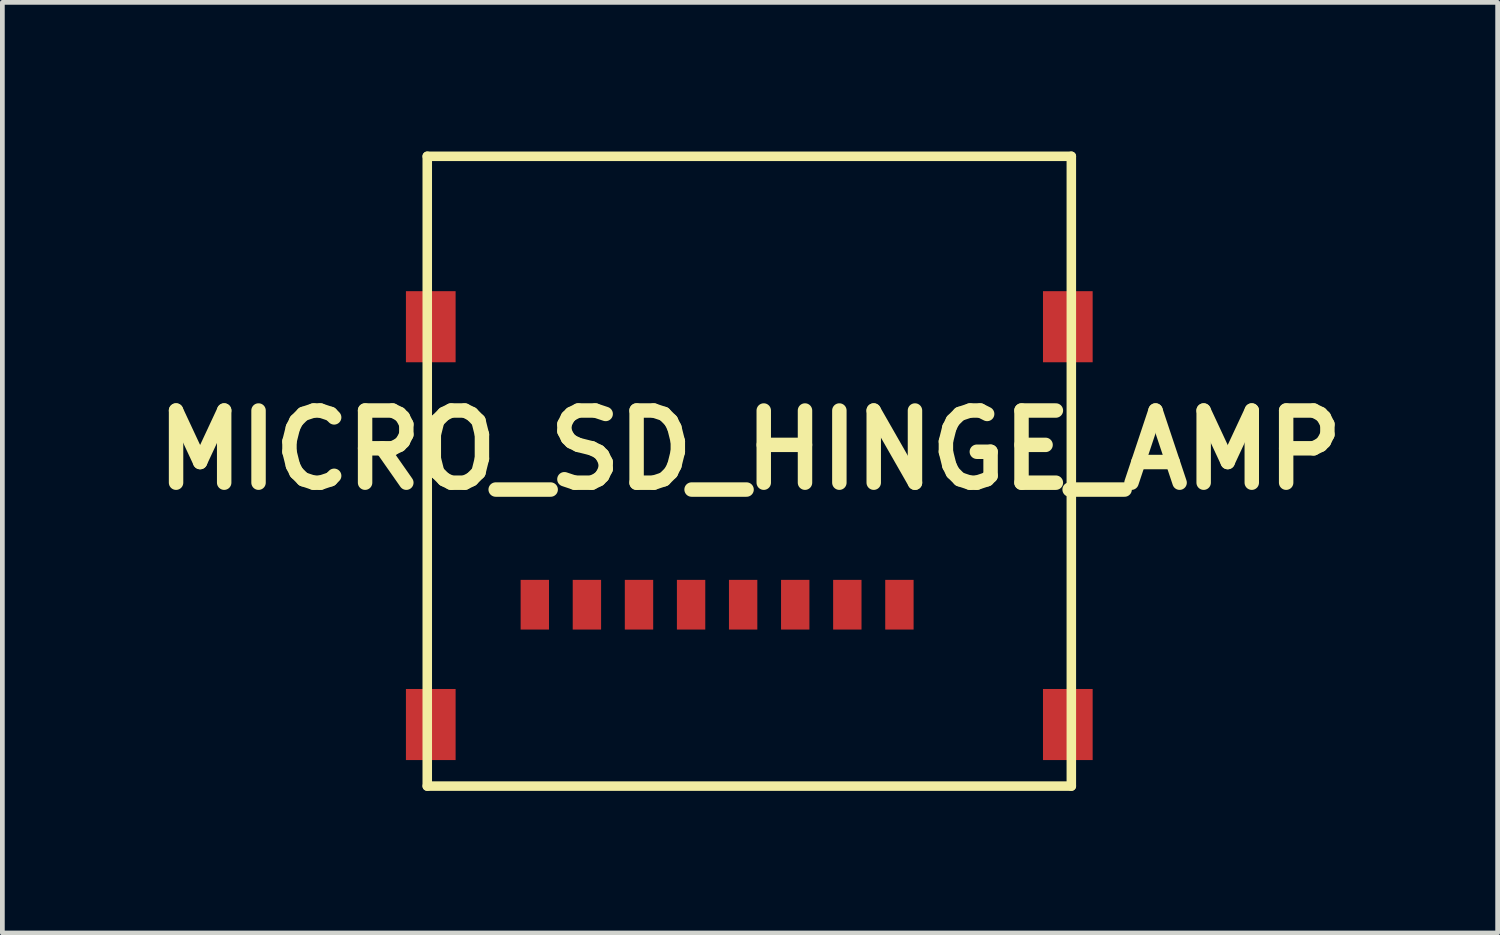
<source format=kicad_pcb>
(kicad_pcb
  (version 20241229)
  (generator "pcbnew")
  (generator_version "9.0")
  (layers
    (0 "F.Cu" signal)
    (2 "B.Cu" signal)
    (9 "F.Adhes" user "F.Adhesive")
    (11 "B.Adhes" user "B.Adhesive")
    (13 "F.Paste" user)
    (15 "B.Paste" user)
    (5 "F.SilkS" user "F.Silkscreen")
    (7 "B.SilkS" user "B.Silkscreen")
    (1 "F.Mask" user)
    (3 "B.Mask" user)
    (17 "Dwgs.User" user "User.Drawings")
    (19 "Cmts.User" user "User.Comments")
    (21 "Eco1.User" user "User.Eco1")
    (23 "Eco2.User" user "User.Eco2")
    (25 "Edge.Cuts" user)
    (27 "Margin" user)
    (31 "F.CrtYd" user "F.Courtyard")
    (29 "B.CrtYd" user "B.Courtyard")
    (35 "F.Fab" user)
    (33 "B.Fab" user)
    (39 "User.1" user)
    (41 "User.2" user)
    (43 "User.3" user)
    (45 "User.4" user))
  (footprint "MICRO_SD_HINGE_AMP"
    (layer "F.Cu")
    (at 12.772 0.25)
    (property "Reference" "MICRO_SD_HINGE_AMP" (at 0.015 6.203 0) (layer "F.SilkS") (effects (font (size 1.524 1.524) (thickness 0.305))))
    (attr smd)
    (fp_line (start -6.8 0) (end 6.8 0) (stroke (width 0.201) (type solid)) (layer "F.SilkS"))
    (fp_line (start -6.8 13.299) (end -6.8 0) (stroke (width 0.201) (type solid)) (layer "F.SilkS"))
    (fp_line (start 6.8 0) (end 6.8 13.299) (stroke (width 0.201) (type solid)) (layer "F.SilkS"))
    (fp_line (start 6.8 13.299) (end -6.8 13.299) (stroke (width 0.201) (type solid)) (layer "F.SilkS"))
    (pad "1" smd rect (at 3.17 9.469) (size 0.599 1.049) (layers "F.Cu" "F.Mask" "F.Paste"))
    (pad "2" smd rect (at 2.07 9.469) (size 0.599 1.049) (layers "F.Cu" "F.Mask" "F.Paste"))
    (pad "3" smd rect (at 0.97 9.469) (size 0.599 1.049) (layers "F.Cu" "F.Mask" "F.Paste"))
    (pad "4" smd rect (at -0.13 9.469) (size 0.599 1.049) (layers "F.Cu" "F.Mask" "F.Paste"))
    (pad "5" smd rect (at -1.229 9.469) (size 0.599 1.049) (layers "F.Cu" "F.Mask" "F.Paste"))
    (pad "6" smd rect (at -2.329 9.469) (size 0.599 1.049) (layers "F.Cu" "F.Mask" "F.Paste"))
    (pad "7" smd rect (at -3.429 9.469) (size 0.599 1.049) (layers "F.Cu" "F.Mask" "F.Paste"))
    (pad "8" smd rect (at -4.529 9.469) (size 0.599 1.049) (layers "F.Cu" "F.Mask" "F.Paste"))
    (pad "9" smd rect (at -6.726 11.999) (size 1.049 1.501) (layers "F.Cu" "F.Mask" "F.Paste"))
    (pad "10" smd rect (at -6.726 3.599) (size 1.049 1.501) (layers "F.Cu" "F.Mask" "F.Paste"))
    (pad "11" smd rect (at 6.726 3.599) (size 1.049 1.501) (layers "F.Cu" "F.Mask" "F.Paste"))
    (pad "12" smd rect (at 6.726 11.999) (size 1.049 1.501) (layers "F.Cu" "F.Mask" "F.Paste")))
  (gr_rect
    (start -3 -3)
    (end 28.574 16.65)
    (stroke (width 0.1) (type default))
    (fill no)
    (layer "Edge.Cuts")))
</source>
